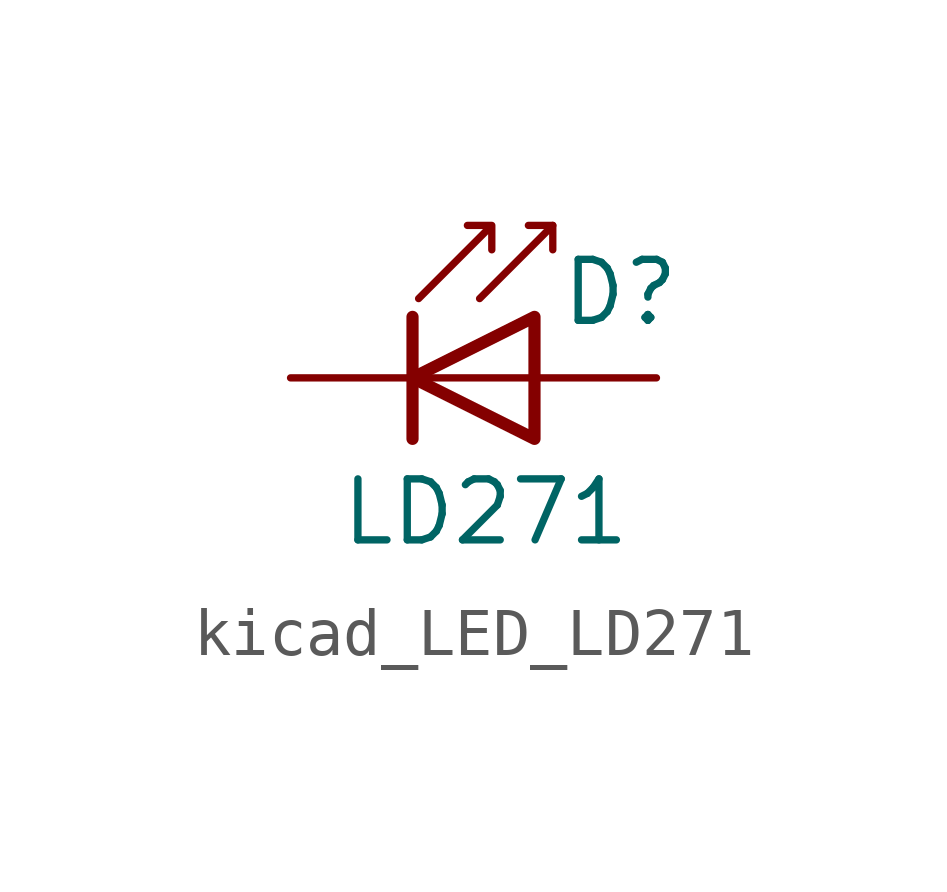
<source format=kicad_sym>
(kicad_symbol_lib
  (version 20220914)
  (generator kicad_symbol_editor)
  (symbol "kicad_LED_LD271"
    (pin_numbers hide)
    (pin_names
      (offset 1.016) hide)
    (property "Reference" "D"
      (at 0.508 1.778 0)
      (effects (font (size 1.27 1.27)) (justify left)))
    (property "Value" "LD271"
      (at -1.016 -2.794 0)
      (effects (font (size 1.27 1.27))))
    (symbol "kicad_LED_LD271_0_1"
      (polyline (pts (xy -2.54 1.27) (xy -2.54 -1.27)) (stroke (width 0.254) (type default)) (fill (type none)))
      (polyline (pts (xy 0 0) (xy -2.54 0)) (stroke (width 0) (type default)) (fill (type none)))
      (polyline (pts (xy 0.381 3.175) (xy -0.127 3.175)) (stroke (width 0) (type default)) (fill (type none)))
      (polyline (pts (xy -1.143 1.651) (xy 0.381 3.175) (xy 0.381 2.667)) (stroke (width 0) (type default)) (fill (type none)))
      (polyline (pts (xy 0 -1.27) (xy -2.54 0) (xy 0 1.27) (xy 0 -1.27)) (stroke (width 0.254) (type default)) (fill (type none)))
      (polyline (pts (xy -2.413 1.651) (xy -0.889 3.175) (xy -0.889 2.667) (xy -0.889 3.175) (xy -1.397 3.175)) (stroke (width 0) (type default)) (fill (type none))))
    (symbol "kicad_LED_LD271_1_1"
      (pin passive line (at -5.08 0 0) (length 2.54) (name "K" (effects (font (size 1.27 1.27)))) (number "1" (effects (font (size 1.27 1.27)))))
      (pin passive line (at 2.54 0 180) (length 2.54) (name "A" (effects (font (size 1.27 1.27)))) (number "2" (effects (font (size 1.27 1.27))))))))
</source>
